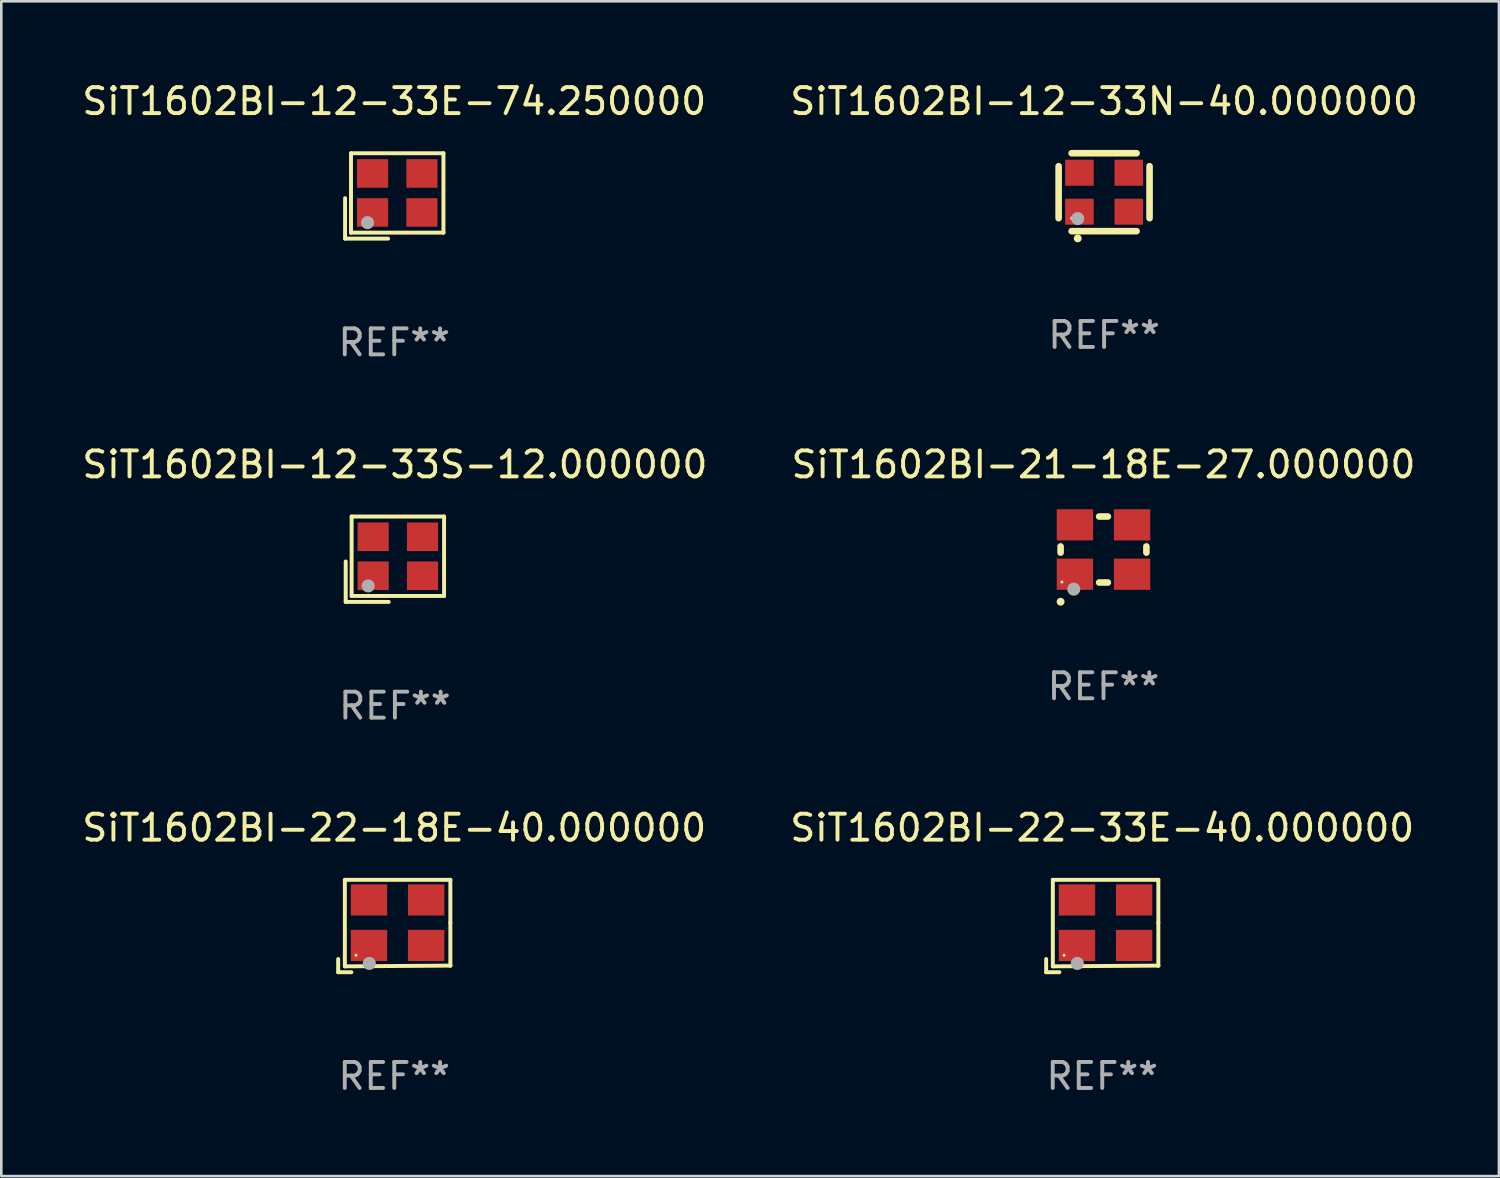
<source format=kicad_pcb>
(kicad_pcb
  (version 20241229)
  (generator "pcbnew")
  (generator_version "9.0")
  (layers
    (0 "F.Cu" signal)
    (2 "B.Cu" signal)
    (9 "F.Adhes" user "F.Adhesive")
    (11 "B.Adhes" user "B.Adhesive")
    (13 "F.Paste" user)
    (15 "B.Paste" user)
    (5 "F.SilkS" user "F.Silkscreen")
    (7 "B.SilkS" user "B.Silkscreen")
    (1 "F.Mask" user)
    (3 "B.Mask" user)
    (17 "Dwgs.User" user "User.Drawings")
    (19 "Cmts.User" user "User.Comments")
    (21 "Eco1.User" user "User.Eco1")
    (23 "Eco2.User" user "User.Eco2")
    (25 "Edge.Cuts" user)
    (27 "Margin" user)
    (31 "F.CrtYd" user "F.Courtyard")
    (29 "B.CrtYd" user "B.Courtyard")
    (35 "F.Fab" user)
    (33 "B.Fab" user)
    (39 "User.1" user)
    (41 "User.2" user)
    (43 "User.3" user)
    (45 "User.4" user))
  (footprint "SiT1602BI-21-18E-27.000000"
    (layer "F.Cu")
    (at 39.423 18.101)
    (property "Reference" "SiT1602BI-21-18E-27.000000" (at 0 -3.27 0) (layer "F.SilkS") (effects (font (size 1 1) (thickness 0.15))))
    (attr through_hole)
    (fp_line (start -1.651 -0.119) (end -1.651 0.119) (stroke (width 0.254) (type solid)) (layer "F.SilkS"))
    (fp_line (start -0.169 -1.27) (end 0.169 -1.27) (stroke (width 0.254) (type solid)) (layer "F.SilkS"))
    (fp_line (start -0.169 1.27) (end 0.169 1.27) (stroke (width 0.254) (type solid)) (layer "F.SilkS"))
    (fp_line (start 1.651 -0.119) (end 1.651 0.119) (stroke (width 0.254) (type solid)) (layer "F.SilkS"))
    (fp_arc (start -1.652273 2.008992) (mid -1.651003 2.008987) (end -1.649733 2.008992) (stroke (width 0.3) (type solid)) (layer "F.SilkS"))
    (fp_circle (center -1.6 1.25) (end -1.57 1.25) (stroke (width 0.06) (type solid)) (fill no) (layer "F.SilkS"))
    (fp_circle (center -1.143 1.524) (end -1.016 1.524) (stroke (width 0.254) (type solid)) (fill no) (layer "F.Fab"))
    (fp_text user "REF**" (at 0 5.27 0) (layer "F.Fab") (effects (font (size 1 1) (thickness 0.15))))
    (pad "1" smd rect (at -1.1 0.95) (size 1.4 1.2) (layers "F.Cu" "F.Mask" "F.Paste"))
    (pad "2" smd rect (at 1.1 0.95) (size 1.4 1.2) (layers "F.Cu" "F.Mask" "F.Paste"))
    (pad "3" smd rect (at 1.1 -0.95) (size 1.4 1.2) (layers "F.Cu" "F.Mask" "F.Paste"))
    (pad "4" smd rect (at -1.1 -0.95) (size 1.4 1.2) (layers "F.Cu" "F.Mask" "F.Paste")))
  (footprint "SiT1602BI-12-33E-74.250000"
    (layer "F.Cu")
    (at 12.125 4.491)
    (property "Reference" "SiT1602BI-12-33E-74.250000" (at 0 -3.643 0) (layer "F.SilkS") (effects (font (size 1 1) (thickness 0.15))))
    (attr through_hole)
    (fp_line (start -1.893 0.086) (end -1.893 1.643) (stroke (width 0.152) (type solid)) (layer "F.SilkS"))
    (fp_line (start -1.893 1.643) (end -0.237 1.643) (stroke (width 0.152) (type solid)) (layer "F.SilkS"))
    (fp_line (start -1.665 -1.643) (end 1.893 -1.643) (stroke (width 0.152) (type solid)) (layer "F.SilkS"))
    (fp_line (start -1.665 1.414) (end -1.665 -1.643) (stroke (width 0.152) (type solid)) (layer "F.SilkS"))
    (fp_line (start 1.893 -1.643) (end 1.893 1.414) (stroke (width 0.152) (type solid)) (layer "F.SilkS"))
    (fp_line (start 1.893 1.414) (end -1.665 1.414) (stroke (width 0.152) (type solid)) (layer "F.SilkS"))
    (fp_circle (center -1.136 0.885) (end -1.106 0.885) (stroke (width 0.06) (type solid)) (fill no) (layer "F.SilkS"))
    (fp_circle (center -1.029 1.028) (end -0.902 1.028) (stroke (width 0.254) (type solid)) (fill no) (layer "F.Fab"))
    (fp_text user "REF**" (at 0 5.643 0) (layer "F.Fab") (effects (font (size 1 1) (thickness 0.15))))
    (pad "1" smd rect (at -0.836 0.636) (size 1.2 1.1) (layers "F.Cu" "F.Mask" "F.Paste"))
    (pad "2" smd rect (at 1.064 0.636) (size 1.2 1.1) (layers "F.Cu" "F.Mask" "F.Paste"))
    (pad "3" smd rect (at 1.064 -0.865) (size 1.2 1.1) (layers "F.Cu" "F.Mask" "F.Paste"))
    (pad "4" smd rect (at -0.836 -0.865) (size 1.2 1.1) (layers "F.Cu" "F.Mask" "F.Paste")))
  (footprint "SiT1602BI-12-33N-40.000000"
    (layer "F.Cu")
    (at 39.446 4.348)
    (property "Reference" "SiT1602BI-12-33N-40.000000" (at 0 -3.5 0) (layer "F.SilkS") (effects (font (size 1 1) (thickness 0.15))))
    (attr through_hole)
    (fp_line (start -1.75 -1) (end -1.75 1) (stroke (width 0.254) (type solid)) (layer "F.SilkS"))
    (fp_line (start -1.25 -1.5) (end 1.25 -1.5) (stroke (width 0.254) (type solid)) (layer "F.SilkS"))
    (fp_line (start -1.25 1.5) (end 1.25 1.5) (stroke (width 0.254) (type solid)) (layer "F.SilkS"))
    (fp_line (start 1.75 -1) (end 1.75 1) (stroke (width 0.254) (type solid)) (layer "F.SilkS"))
    (fp_arc (start -1.016002 1.778004) (mid -1.014732 1.777999) (end -1.013462 1.778004) (stroke (width 0.3) (type solid)) (layer "F.SilkS"))
    (fp_circle (center -1.25 1) (end -1.22 1) (stroke (width 0.06) (type solid)) (fill no) (layer "F.SilkS"))
    (fp_circle (center -1.016 1.016) (end -0.889 1.016) (stroke (width 0.254) (type solid)) (fill no) (layer "F.Fab"))
    (fp_text user "REF**" (at 0 5.5 0) (layer "F.Fab") (effects (font (size 1 1) (thickness 0.15))))
    (pad "1" smd rect (at -0.95 0.75) (size 1.1 1) (layers "F.Cu" "F.Mask" "F.Paste"))
    (pad "2" smd rect (at 0.95 0.75) (size 1.1 1) (layers "F.Cu" "F.Mask" "F.Paste"))
    (pad "3" smd rect (at 0.95 -0.75) (size 1.1 1) (layers "F.Cu" "F.Mask" "F.Paste"))
    (pad "4" smd rect (at -0.95 -0.75) (size 1.1 1) (layers "F.Cu" "F.Mask" "F.Paste")))
  (footprint "SiT1602BI-22-18E-40.000000"
    (layer "F.Cu")
    (at 12.125 32.592)
    (property "Reference" "SiT1602BI-22-18E-40.000000" (at 0 -3.778 0) (layer "F.SilkS") (effects (font (size 1 1) (thickness 0.15))))
    (attr through_hole)
    (fp_line (start -2.159 1.27) (end -2.159 1.778) (stroke (width 0.152) (type solid)) (layer "F.SilkS"))
    (fp_line (start -2.159 1.778) (end -1.651 1.778) (stroke (width 0.152) (type solid)) (layer "F.SilkS"))
    (fp_line (start -1.902 -1.778) (end 2.159 -1.778) (stroke (width 0.152) (type solid)) (layer "F.SilkS"))
    (fp_line (start -1.902 1.552) (end -1.902 -1.778) (stroke (width 0.152) (type solid)) (layer "F.SilkS"))
    (fp_line (start 2.159 -1.778) (end 2.159 -0.127) (stroke (width 0.152) (type solid)) (layer "F.SilkS"))
    (fp_line (start 2.159 -0.127) (end 2.159 1.524) (stroke (width 0.152) (type solid)) (layer "F.SilkS"))
    (fp_line (start 2.159 1.524) (end -1.902 1.552) (stroke (width 0.152) (type solid)) (layer "F.SilkS"))
    (fp_line (start 2.159 1.524) (end 2.159 1.524) (stroke (width 0.152) (type solid)) (layer "F.SilkS"))
    (fp_circle (center -1.473 1.123) (end -1.443 1.123) (stroke (width 0.06) (type solid)) (fill no) (layer "F.SilkS"))
    (fp_circle (center -0.961 1.44) (end -0.834 1.44) (stroke (width 0.254) (type solid)) (fill no) (layer "F.Fab"))
    (fp_text user "REF**" (at 0 5.778 0) (layer "F.Fab") (effects (font (size 1 1) (thickness 0.15))))
    (pad "1" smd rect (at -0.973 0.748) (size 1.4 1.2) (layers "F.Cu" "F.Mask" "F.Paste"))
    (pad "2" smd rect (at 1.227 0.748) (size 1.4 1.2) (layers "F.Cu" "F.Mask" "F.Paste"))
    (pad "3" smd rect (at 1.227 -1.002) (size 1.4 1.2) (layers "F.Cu" "F.Mask" "F.Paste"))
    (pad "4" smd rect (at -0.973 -1.002) (size 1.4 1.2) (layers "F.Cu" "F.Mask" "F.Paste")))
  (footprint "SiT1602BI-22-33E-40.000000"
    (layer "F.Cu")
    (at 39.375 32.592)
    (property "Reference" "SiT1602BI-22-33E-40.000000" (at 0 -3.778 0) (layer "F.SilkS") (effects (font (size 1 1) (thickness 0.15))))
    (attr through_hole)
    (fp_line (start -2.159 1.27) (end -2.159 1.778) (stroke (width 0.152) (type solid)) (layer "F.SilkS"))
    (fp_line (start -2.159 1.778) (end -1.651 1.778) (stroke (width 0.152) (type solid)) (layer "F.SilkS"))
    (fp_line (start -1.902 -1.778) (end 2.159 -1.778) (stroke (width 0.152) (type solid)) (layer "F.SilkS"))
    (fp_line (start -1.902 1.552) (end -1.902 -1.778) (stroke (width 0.152) (type solid)) (layer "F.SilkS"))
    (fp_line (start 2.159 -1.778) (end 2.159 -0.127) (stroke (width 0.152) (type solid)) (layer "F.SilkS"))
    (fp_line (start 2.159 -0.127) (end 2.159 1.524) (stroke (width 0.152) (type solid)) (layer "F.SilkS"))
    (fp_line (start 2.159 1.524) (end -1.902 1.552) (stroke (width 0.152) (type solid)) (layer "F.SilkS"))
    (fp_line (start 2.159 1.524) (end 2.159 1.524) (stroke (width 0.152) (type solid)) (layer "F.SilkS"))
    (fp_circle (center -1.473 1.123) (end -1.443 1.123) (stroke (width 0.06) (type solid)) (fill no) (layer "F.SilkS"))
    (fp_circle (center -0.961 1.44) (end -0.834 1.44) (stroke (width 0.254) (type solid)) (fill no) (layer "F.Fab"))
    (fp_text user "REF**" (at 0 5.778 0) (layer "F.Fab") (effects (font (size 1 1) (thickness 0.15))))
    (pad "1" smd rect (at -0.973 0.748) (size 1.4 1.2) (layers "F.Cu" "F.Mask" "F.Paste"))
    (pad "2" smd rect (at 1.227 0.748) (size 1.4 1.2) (layers "F.Cu" "F.Mask" "F.Paste"))
    (pad "3" smd rect (at 1.227 -1.002) (size 1.4 1.2) (layers "F.Cu" "F.Mask" "F.Paste"))
    (pad "4" smd rect (at -0.973 -1.002) (size 1.4 1.2) (layers "F.Cu" "F.Mask" "F.Paste")))
  (footprint "SiT1602BI-12-33S-12.000000"
    (layer "F.Cu")
    (at 12.149 18.474)
    (property "Reference" "SiT1602BI-12-33S-12.000000" (at 0 -3.643 0) (layer "F.SilkS") (effects (font (size 1 1) (thickness 0.15))))
    (attr through_hole)
    (fp_line (start -1.893 0.086) (end -1.893 1.643) (stroke (width 0.152) (type solid)) (layer "F.SilkS"))
    (fp_line (start -1.893 1.643) (end -0.237 1.643) (stroke (width 0.152) (type solid)) (layer "F.SilkS"))
    (fp_line (start -1.665 -1.643) (end 1.893 -1.643) (stroke (width 0.152) (type solid)) (layer "F.SilkS"))
    (fp_line (start -1.665 1.414) (end -1.665 -1.643) (stroke (width 0.152) (type solid)) (layer "F.SilkS"))
    (fp_line (start 1.893 -1.643) (end 1.893 1.414) (stroke (width 0.152) (type solid)) (layer "F.SilkS"))
    (fp_line (start 1.893 1.414) (end -1.665 1.414) (stroke (width 0.152) (type solid)) (layer "F.SilkS"))
    (fp_circle (center -1.136 0.885) (end -1.106 0.885) (stroke (width 0.06) (type solid)) (fill no) (layer "F.SilkS"))
    (fp_circle (center -1.029 1.028) (end -0.902 1.028) (stroke (width 0.254) (type solid)) (fill no) (layer "F.Fab"))
    (fp_text user "REF**" (at 0 5.643 0) (layer "F.Fab") (effects (font (size 1 1) (thickness 0.15))))
    (pad "1" smd rect (at -0.836 0.636) (size 1.2 1.1) (layers "F.Cu" "F.Mask" "F.Paste"))
    (pad "2" smd rect (at 1.064 0.636) (size 1.2 1.1) (layers "F.Cu" "F.Mask" "F.Paste"))
    (pad "3" smd rect (at 1.064 -0.865) (size 1.2 1.1) (layers "F.Cu" "F.Mask" "F.Paste"))
    (pad "4" smd rect (at -0.836 -0.865) (size 1.2 1.1) (layers "F.Cu" "F.Mask" "F.Paste")))
  (gr_rect
    (start -3 -3)
    (end 54.643 42.218)
    (stroke (width 0.1) (type default))
    (fill no)
    (layer "Edge.Cuts")))
</source>
